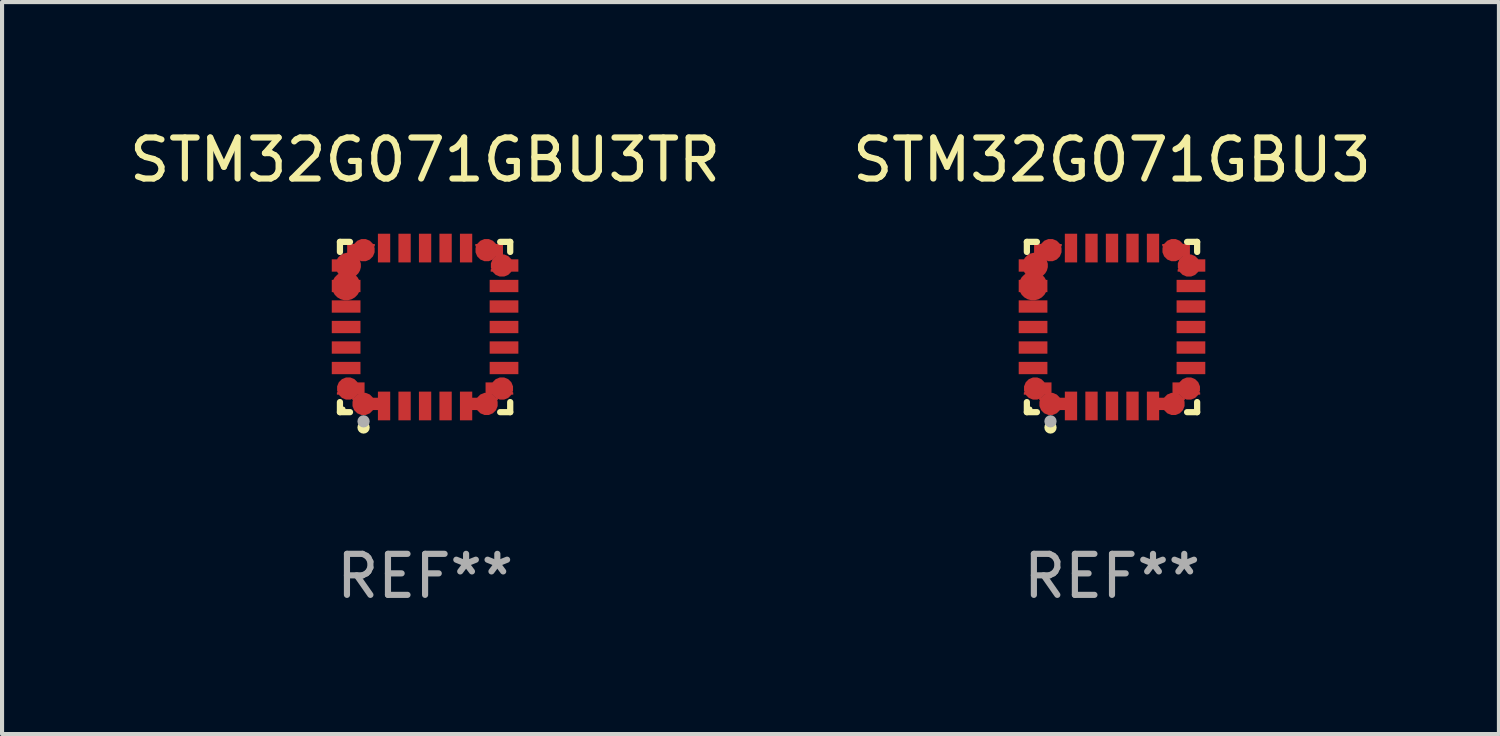
<source format=kicad_pcb>
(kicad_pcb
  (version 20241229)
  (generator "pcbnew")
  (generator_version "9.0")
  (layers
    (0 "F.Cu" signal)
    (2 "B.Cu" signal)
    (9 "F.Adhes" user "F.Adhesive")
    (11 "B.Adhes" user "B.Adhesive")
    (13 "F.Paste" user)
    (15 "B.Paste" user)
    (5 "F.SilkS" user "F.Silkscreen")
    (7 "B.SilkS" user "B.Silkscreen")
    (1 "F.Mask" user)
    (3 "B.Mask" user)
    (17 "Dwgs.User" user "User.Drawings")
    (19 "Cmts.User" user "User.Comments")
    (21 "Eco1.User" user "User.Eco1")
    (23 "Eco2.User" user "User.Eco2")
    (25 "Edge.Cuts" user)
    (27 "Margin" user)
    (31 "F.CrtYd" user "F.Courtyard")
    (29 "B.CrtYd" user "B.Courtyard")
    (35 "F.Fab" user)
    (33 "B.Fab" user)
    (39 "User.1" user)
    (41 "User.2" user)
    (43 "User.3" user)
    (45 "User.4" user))
  (footprint "STM32G071GBU3TR"
    (layer "F.Cu")
    (at 7.315 4.924)
    (property "Reference" "STM32G071GBU3TR" (at 0 -4.076 0) (layer "F.SilkS") (effects (font (size 1 1) (thickness 0.15))))
    (attr through_hole)
    (fp_line (start -2.076 -2.076) (end -1.831 -2.076) (stroke (width 0.152) (type solid)) (layer "F.SilkS"))
    (fp_line (start -2.076 -1.831) (end -2.076 -2.076) (stroke (width 0.152) (type solid)) (layer "F.SilkS"))
    (fp_line (start -2.076 1.831) (end -2.076 2.076) (stroke (width 0.152) (type solid)) (layer "F.SilkS"))
    (fp_line (start -2.076 2.076) (end -1.831 2.076) (stroke (width 0.152) (type solid)) (layer "F.SilkS"))
    (fp_line (start 2.076 -2.076) (end 1.831 -2.076) (stroke (width 0.152) (type solid)) (layer "F.SilkS"))
    (fp_line (start 2.076 -1.831) (end 2.076 -2.076) (stroke (width 0.152) (type solid)) (layer "F.SilkS"))
    (fp_line (start 2.076 1.831) (end 2.076 2.076) (stroke (width 0.152) (type solid)) (layer "F.SilkS"))
    (fp_line (start 2.076 2.076) (end 1.831 2.076) (stroke (width 0.152) (type solid)) (layer "F.SilkS"))
    (fp_circle (center -2 2) (end -1.97 2) (stroke (width 0.06) (type solid)) (fill no) (layer "F.SilkS"))
    (fp_circle (center -1.5 2.45) (end -1.425 2.45) (stroke (width 0.15) (type solid)) (fill no) (layer "F.SilkS"))
    (fp_circle (center -1.5 2.3) (end -1.425 2.3) (stroke (width 0.15) (type solid)) (fill no) (layer "F.Fab"))
    (fp_text user "REF**" (at 0 6.076 0) (layer "F.Fab") (effects (font (size 1 1) (thickness 0.15))))
    (pad "1" smd custom (at -1.5 1.875 90) (size 0.55 0.3) (layers "F.Cu" "F.Mask" "F.Paste") (options (anchor circle)) (primitives (gr_poly (pts (xy -0.15 -0.025) (xy -0.15 0.4) (xy 0.15 0.4) (xy 0.15 -0.275) (xy 0.1 -0.275)) (width 0) (fill yes))))
    (pad "2" smd rect (at -1 1.925) (size 0.3 0.7) (layers "F.Cu" "F.Mask" "F.Paste"))
    (pad "3" smd rect (at -0.5 1.925) (size 0.3 0.7) (layers "F.Cu" "F.Mask" "F.Paste"))
    (pad "4" smd rect (at 0 1.925) (size 0.3 0.7) (layers "F.Cu" "F.Mask" "F.Paste"))
    (pad "5" smd rect (at 0.5 1.925) (size 0.3 0.7) (layers "F.Cu" "F.Mask" "F.Paste"))
    (pad "6" smd rect (at 1 1.925) (size 0.3 0.7) (layers "F.Cu" "F.Mask" "F.Paste"))
    (pad "7" smd custom (at 1.5 1.875 270) (size 0.55 0.3) (layers "F.Cu" "F.Mask" "F.Paste") (options (anchor circle)) (primitives (gr_poly (pts (xy 0.15 -0.025) (xy 0.15 0.4) (xy -0.15 0.4) (xy -0.15 -0.275) (xy -0.1 -0.275)) (width 0) (fill yes))))
    (pad "8" smd custom (at 1.875 1.5 180) (size 0.55 0.3) (layers "F.Cu" "F.Mask" "F.Paste") (options (anchor circle)) (primitives (gr_poly (pts (xy -0.025 0.15) (xy 0.4 0.15) (xy 0.4 -0.15) (xy -0.275 -0.15) (xy -0.275 -0.1)) (width 0) (fill yes))))
    (pad "9" smd rect (at 1.925 1) (size 0.7 0.3) (layers "F.Cu" "F.Mask" "F.Paste"))
    (pad "10" smd rect (at 1.925 0.5) (size 0.7 0.3) (layers "F.Cu" "F.Mask" "F.Paste"))
    (pad "11" smd rect (at 1.925 0) (size 0.7 0.3) (layers "F.Cu" "F.Mask" "F.Paste"))
    (pad "12" smd rect (at 1.925 -0.5) (size 0.7 0.3) (layers "F.Cu" "F.Mask" "F.Paste"))
    (pad "13" smd rect (at 1.925 -1) (size 0.7 0.3) (layers "F.Cu" "F.Mask" "F.Paste"))
    (pad "14" smd custom (at 1.875 -1.5) (size 0.55 0.3) (layers "F.Cu" "F.Mask" "F.Paste") (options (anchor circle)) (primitives (gr_poly (pts (xy -0.025 -0.15) (xy 0.4 -0.15) (xy 0.4 0.15) (xy -0.275 0.15) (xy -0.275 0.1)) (width 0) (fill yes))))
    (pad "15" smd custom (at 1.5 -1.875 270) (size 0.55 0.3) (layers "F.Cu" "F.Mask" "F.Paste") (options (anchor circle)) (primitives (gr_poly (pts (xy 0.15 0.025) (xy 0.15 -0.4) (xy -0.15 -0.4) (xy -0.15 0.275) (xy -0.1 0.275)) (width 0) (fill yes))))
    (pad "16" smd rect (at 1 -1.925) (size 0.3 0.7) (layers "F.Cu" "F.Mask" "F.Paste"))
    (pad "17" smd rect (at 0.5 -1.925) (size 0.3 0.7) (layers "F.Cu" "F.Mask" "F.Paste"))
    (pad "18" smd rect (at 0 -1.925) (size 0.3 0.7) (layers "F.Cu" "F.Mask" "F.Paste"))
    (pad "19" smd rect (at -0.5 -1.925) (size 0.3 0.7) (layers "F.Cu" "F.Mask" "F.Paste"))
    (pad "20" smd rect (at -1 -1.925) (size 0.3 0.7) (layers "F.Cu" "F.Mask" "F.Paste"))
    (pad "21" smd custom (at -1.5 -1.875 90) (size 0.55 0.3) (layers "F.Cu" "F.Mask" "F.Paste") (options (anchor circle)) (primitives (gr_poly (pts (xy -0.15 0.025) (xy -0.15 -0.4) (xy 0.15 -0.4) (xy 0.15 0.275) (xy 0.1 0.275)) (width 0) (fill yes))))
    (pad "22" smd custom (at -1.875 -1.5) (size 0.625 0.3) (layers "F.Cu" "F.Mask" "F.Paste") (options (anchor circle)) (primitives (gr_poly (pts (xy 0.025 -0.15) (xy -0.4 -0.15) (xy -0.4 0.15) (xy 0.275 0.15) (xy 0.275 0.1)) (width 0) (fill yes))))
    (pad "23" smd custom (at -1.925 -1) (size 0.7 0.3) (layers "F.Cu" "F.Mask" "F.Paste") (options (anchor circle)) (primitives (gr_poly (pts (xy -0.35 -0.15) (xy 0.35 -0.15) (xy 0.35 0.15) (xy -0.35 0.15)) (width 0) (fill yes))))
    (pad "24" smd rect (at -1.925 -0.5) (size 0.7 0.3) (layers "F.Cu" "F.Mask" "F.Paste"))
    (pad "25" smd rect (at -1.925 0) (size 0.7 0.3) (layers "F.Cu" "F.Mask" "F.Paste"))
    (pad "26" smd rect (at -1.925 0.5) (size 0.7 0.3) (layers "F.Cu" "F.Mask" "F.Paste"))
    (pad "27" smd rect (at -1.925 1) (size 0.7 0.3) (layers "F.Cu" "F.Mask" "F.Paste"))
    (pad "28" smd custom (at -1.875 1.5 180) (size 0.55 0.3) (layers "F.Cu" "F.Mask" "F.Paste") (options (anchor circle)) (primitives (gr_poly (pts (xy 0.025 0.15) (xy -0.4 0.15) (xy -0.4 -0.15) (xy 0.275 -0.15) (xy 0.275 -0.1)) (width 0) (fill yes)))))
  (footprint "STM32G071GBU3"
    (layer "F.Cu")
    (at 24.065 4.924)
    (property "Reference" "STM32G071GBU3" (at 0 -4.076 0) (layer "F.SilkS") (effects (font (size 1 1) (thickness 0.15))))
    (attr through_hole)
    (fp_line (start -2.076 -2.076) (end -1.831 -2.076) (stroke (width 0.152) (type solid)) (layer "F.SilkS"))
    (fp_line (start -2.076 -1.831) (end -2.076 -2.076) (stroke (width 0.152) (type solid)) (layer "F.SilkS"))
    (fp_line (start -2.076 1.831) (end -2.076 2.076) (stroke (width 0.152) (type solid)) (layer "F.SilkS"))
    (fp_line (start -2.076 2.076) (end -1.831 2.076) (stroke (width 0.152) (type solid)) (layer "F.SilkS"))
    (fp_line (start 2.076 -2.076) (end 1.831 -2.076) (stroke (width 0.152) (type solid)) (layer "F.SilkS"))
    (fp_line (start 2.076 -1.831) (end 2.076 -2.076) (stroke (width 0.152) (type solid)) (layer "F.SilkS"))
    (fp_line (start 2.076 1.831) (end 2.076 2.076) (stroke (width 0.152) (type solid)) (layer "F.SilkS"))
    (fp_line (start 2.076 2.076) (end 1.831 2.076) (stroke (width 0.152) (type solid)) (layer "F.SilkS"))
    (fp_circle (center -2 2) (end -1.97 2) (stroke (width 0.06) (type solid)) (fill no) (layer "F.SilkS"))
    (fp_circle (center -1.5 2.45) (end -1.425 2.45) (stroke (width 0.15) (type solid)) (fill no) (layer "F.SilkS"))
    (fp_circle (center -1.5 2.3) (end -1.425 2.3) (stroke (width 0.15) (type solid)) (fill no) (layer "F.Fab"))
    (fp_text user "REF**" (at 0 6.076 0) (layer "F.Fab") (effects (font (size 1 1) (thickness 0.15))))
    (pad "1" smd custom (at -1.5 1.875 90) (size 0.55 0.3) (layers "F.Cu" "F.Mask" "F.Paste") (options (anchor circle)) (primitives (gr_poly (pts (xy -0.15 -0.025) (xy -0.15 0.4) (xy 0.15 0.4) (xy 0.15 -0.275) (xy 0.1 -0.275)) (width 0) (fill yes))))
    (pad "2" smd rect (at -1 1.925) (size 0.3 0.7) (layers "F.Cu" "F.Mask" "F.Paste"))
    (pad "3" smd rect (at -0.5 1.925) (size 0.3 0.7) (layers "F.Cu" "F.Mask" "F.Paste"))
    (pad "4" smd rect (at 0 1.925) (size 0.3 0.7) (layers "F.Cu" "F.Mask" "F.Paste"))
    (pad "5" smd rect (at 0.5 1.925) (size 0.3 0.7) (layers "F.Cu" "F.Mask" "F.Paste"))
    (pad "6" smd rect (at 1 1.925) (size 0.3 0.7) (layers "F.Cu" "F.Mask" "F.Paste"))
    (pad "7" smd custom (at 1.5 1.875 270) (size 0.55 0.3) (layers "F.Cu" "F.Mask" "F.Paste") (options (anchor circle)) (primitives (gr_poly (pts (xy 0.15 -0.025) (xy 0.15 0.4) (xy -0.15 0.4) (xy -0.15 -0.275) (xy -0.1 -0.275)) (width 0) (fill yes))))
    (pad "8" smd custom (at 1.875 1.5 180) (size 0.55 0.3) (layers "F.Cu" "F.Mask" "F.Paste") (options (anchor circle)) (primitives (gr_poly (pts (xy -0.025 0.15) (xy 0.4 0.15) (xy 0.4 -0.15) (xy -0.275 -0.15) (xy -0.275 -0.1)) (width 0) (fill yes))))
    (pad "9" smd rect (at 1.925 1) (size 0.7 0.3) (layers "F.Cu" "F.Mask" "F.Paste"))
    (pad "10" smd rect (at 1.925 0.5) (size 0.7 0.3) (layers "F.Cu" "F.Mask" "F.Paste"))
    (pad "11" smd rect (at 1.925 0) (size 0.7 0.3) (layers "F.Cu" "F.Mask" "F.Paste"))
    (pad "12" smd rect (at 1.925 -0.5) (size 0.7 0.3) (layers "F.Cu" "F.Mask" "F.Paste"))
    (pad "13" smd rect (at 1.925 -1) (size 0.7 0.3) (layers "F.Cu" "F.Mask" "F.Paste"))
    (pad "14" smd custom (at 1.875 -1.5) (size 0.55 0.3) (layers "F.Cu" "F.Mask" "F.Paste") (options (anchor circle)) (primitives (gr_poly (pts (xy -0.025 -0.15) (xy 0.4 -0.15) (xy 0.4 0.15) (xy -0.275 0.15) (xy -0.275 0.1)) (width 0) (fill yes))))
    (pad "15" smd custom (at 1.5 -1.875 270) (size 0.55 0.3) (layers "F.Cu" "F.Mask" "F.Paste") (options (anchor circle)) (primitives (gr_poly (pts (xy 0.15 0.025) (xy 0.15 -0.4) (xy -0.15 -0.4) (xy -0.15 0.275) (xy -0.1 0.275)) (width 0) (fill yes))))
    (pad "16" smd rect (at 1 -1.925) (size 0.3 0.7) (layers "F.Cu" "F.Mask" "F.Paste"))
    (pad "17" smd rect (at 0.5 -1.925) (size 0.3 0.7) (layers "F.Cu" "F.Mask" "F.Paste"))
    (pad "18" smd rect (at 0 -1.925) (size 0.3 0.7) (layers "F.Cu" "F.Mask" "F.Paste"))
    (pad "19" smd rect (at -0.5 -1.925) (size 0.3 0.7) (layers "F.Cu" "F.Mask" "F.Paste"))
    (pad "20" smd rect (at -1 -1.925) (size 0.3 0.7) (layers "F.Cu" "F.Mask" "F.Paste"))
    (pad "21" smd custom (at -1.5 -1.875 90) (size 0.55 0.3) (layers "F.Cu" "F.Mask" "F.Paste") (options (anchor circle)) (primitives (gr_poly (pts (xy -0.15 0.025) (xy -0.15 -0.4) (xy 0.15 -0.4) (xy 0.15 0.275) (xy 0.1 0.275)) (width 0) (fill yes))))
    (pad "22" smd custom (at -1.875 -1.5) (size 0.625 0.3) (layers "F.Cu" "F.Mask" "F.Paste") (options (anchor circle)) (primitives (gr_poly (pts (xy 0.025 -0.15) (xy -0.4 -0.15) (xy -0.4 0.15) (xy 0.275 0.15) (xy 0.275 0.1)) (width 0) (fill yes))))
    (pad "23" smd custom (at -1.925 -1) (size 0.7 0.3) (layers "F.Cu" "F.Mask" "F.Paste") (options (anchor circle)) (primitives (gr_poly (pts (xy -0.35 -0.15) (xy 0.35 -0.15) (xy 0.35 0.15) (xy -0.35 0.15)) (width 0) (fill yes))))
    (pad "24" smd rect (at -1.925 -0.5) (size 0.7 0.3) (layers "F.Cu" "F.Mask" "F.Paste"))
    (pad "25" smd rect (at -1.925 0) (size 0.7 0.3) (layers "F.Cu" "F.Mask" "F.Paste"))
    (pad "26" smd rect (at -1.925 0.5) (size 0.7 0.3) (layers "F.Cu" "F.Mask" "F.Paste"))
    (pad "27" smd rect (at -1.925 1) (size 0.7 0.3) (layers "F.Cu" "F.Mask" "F.Paste"))
    (pad "28" smd custom (at -1.875 1.5 180) (size 0.55 0.3) (layers "F.Cu" "F.Mask" "F.Paste") (options (anchor circle)) (primitives (gr_poly (pts (xy 0.025 0.15) (xy -0.4 0.15) (xy -0.4 -0.15) (xy 0.275 -0.15) (xy 0.275 -0.1)) (width 0) (fill yes)))))
  (gr_rect
    (start -3 -3)
    (end 33.5 14.849)
    (stroke (width 0.1) (type default))
    (fill no)
    (layer "Edge.Cuts")))
</source>
